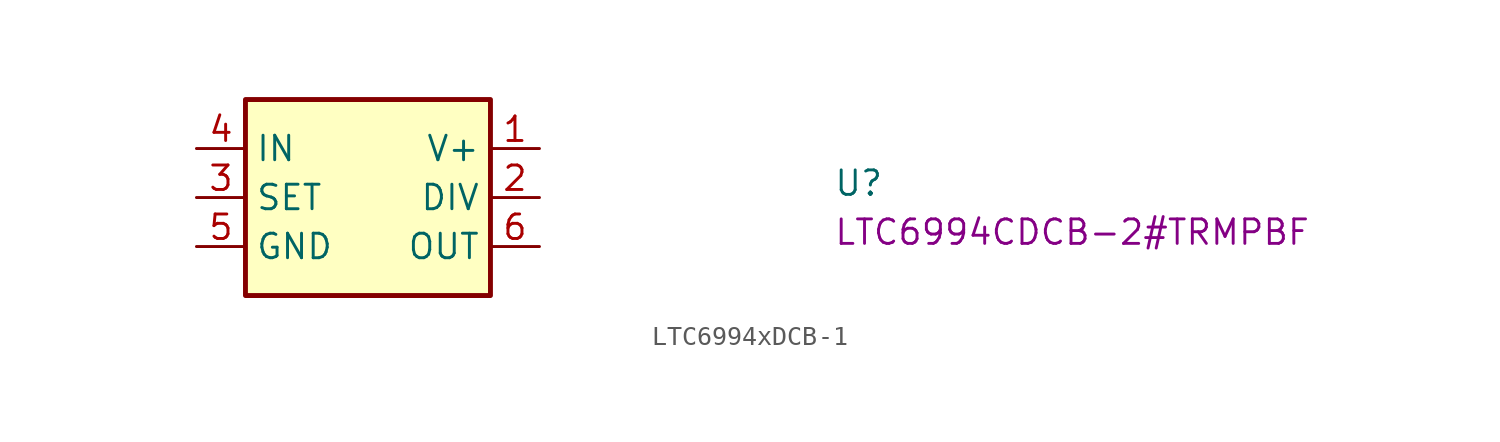
<source format=kicad_sym>
(kicad_symbol_lib
  (version 20220914)
  (generator kicad_symbol_editor)
  (symbol "LTC6994xDCB-1"
    (property "Reference" "U"
      (at 33.02 -2.54 0)
      (effects (font (size 1.27 1.27) (thickness 0.15)) (justify left bottom)))
    (property "MPN" "LTC6994CDCB-2#TRMPBF"
      (at 33.02 -5.08 0)
      (effects (font (size 1.27 1.27) (thickness 0.15)) (justify left bottom)))
    (symbol "LTC6994xDCB-1_1_1"
      (rectangle (start 2.54 2.54) (end 15.24 -7.62) (stroke (width 0.254) (type default)) (fill (type background)))
      (pin power_in line (at 17.78 0 180) (length 2.54) (name "V+" (effects (font (size 1.27 1.27)))) (number "1" (effects (font (size 1.27 1.27)))))
      (pin input line (at 17.78 -2.54 180) (length 2.54) (name "DIV" (effects (font (size 1.27 1.27)))) (number "2" (effects (font (size 1.27 1.27)))))
      (pin passive line (at 0 -2.54 0) (length 2.54) (name "SET" (effects (font (size 1.27 1.27)))) (number "3" (effects (font (size 1.27 1.27)))))
      (pin input line (at 0 0 0) (length 2.54) (name "IN" (effects (font (size 1.27 1.27)))) (number "4" (effects (font (size 1.27 1.27)))))
      (pin power_in line (at 0 -5.08 0) (length 2.54) (name "GND" (effects (font (size 1.27 1.27)))) (number "5" (effects (font (size 1.27 1.27)))))
      (pin output line (at 17.78 -5.08 180) (length 2.54) (name "OUT" (effects (font (size 1.27 1.27)))) (number "6" (effects (font (size 1.27 1.27))))))))
</source>
